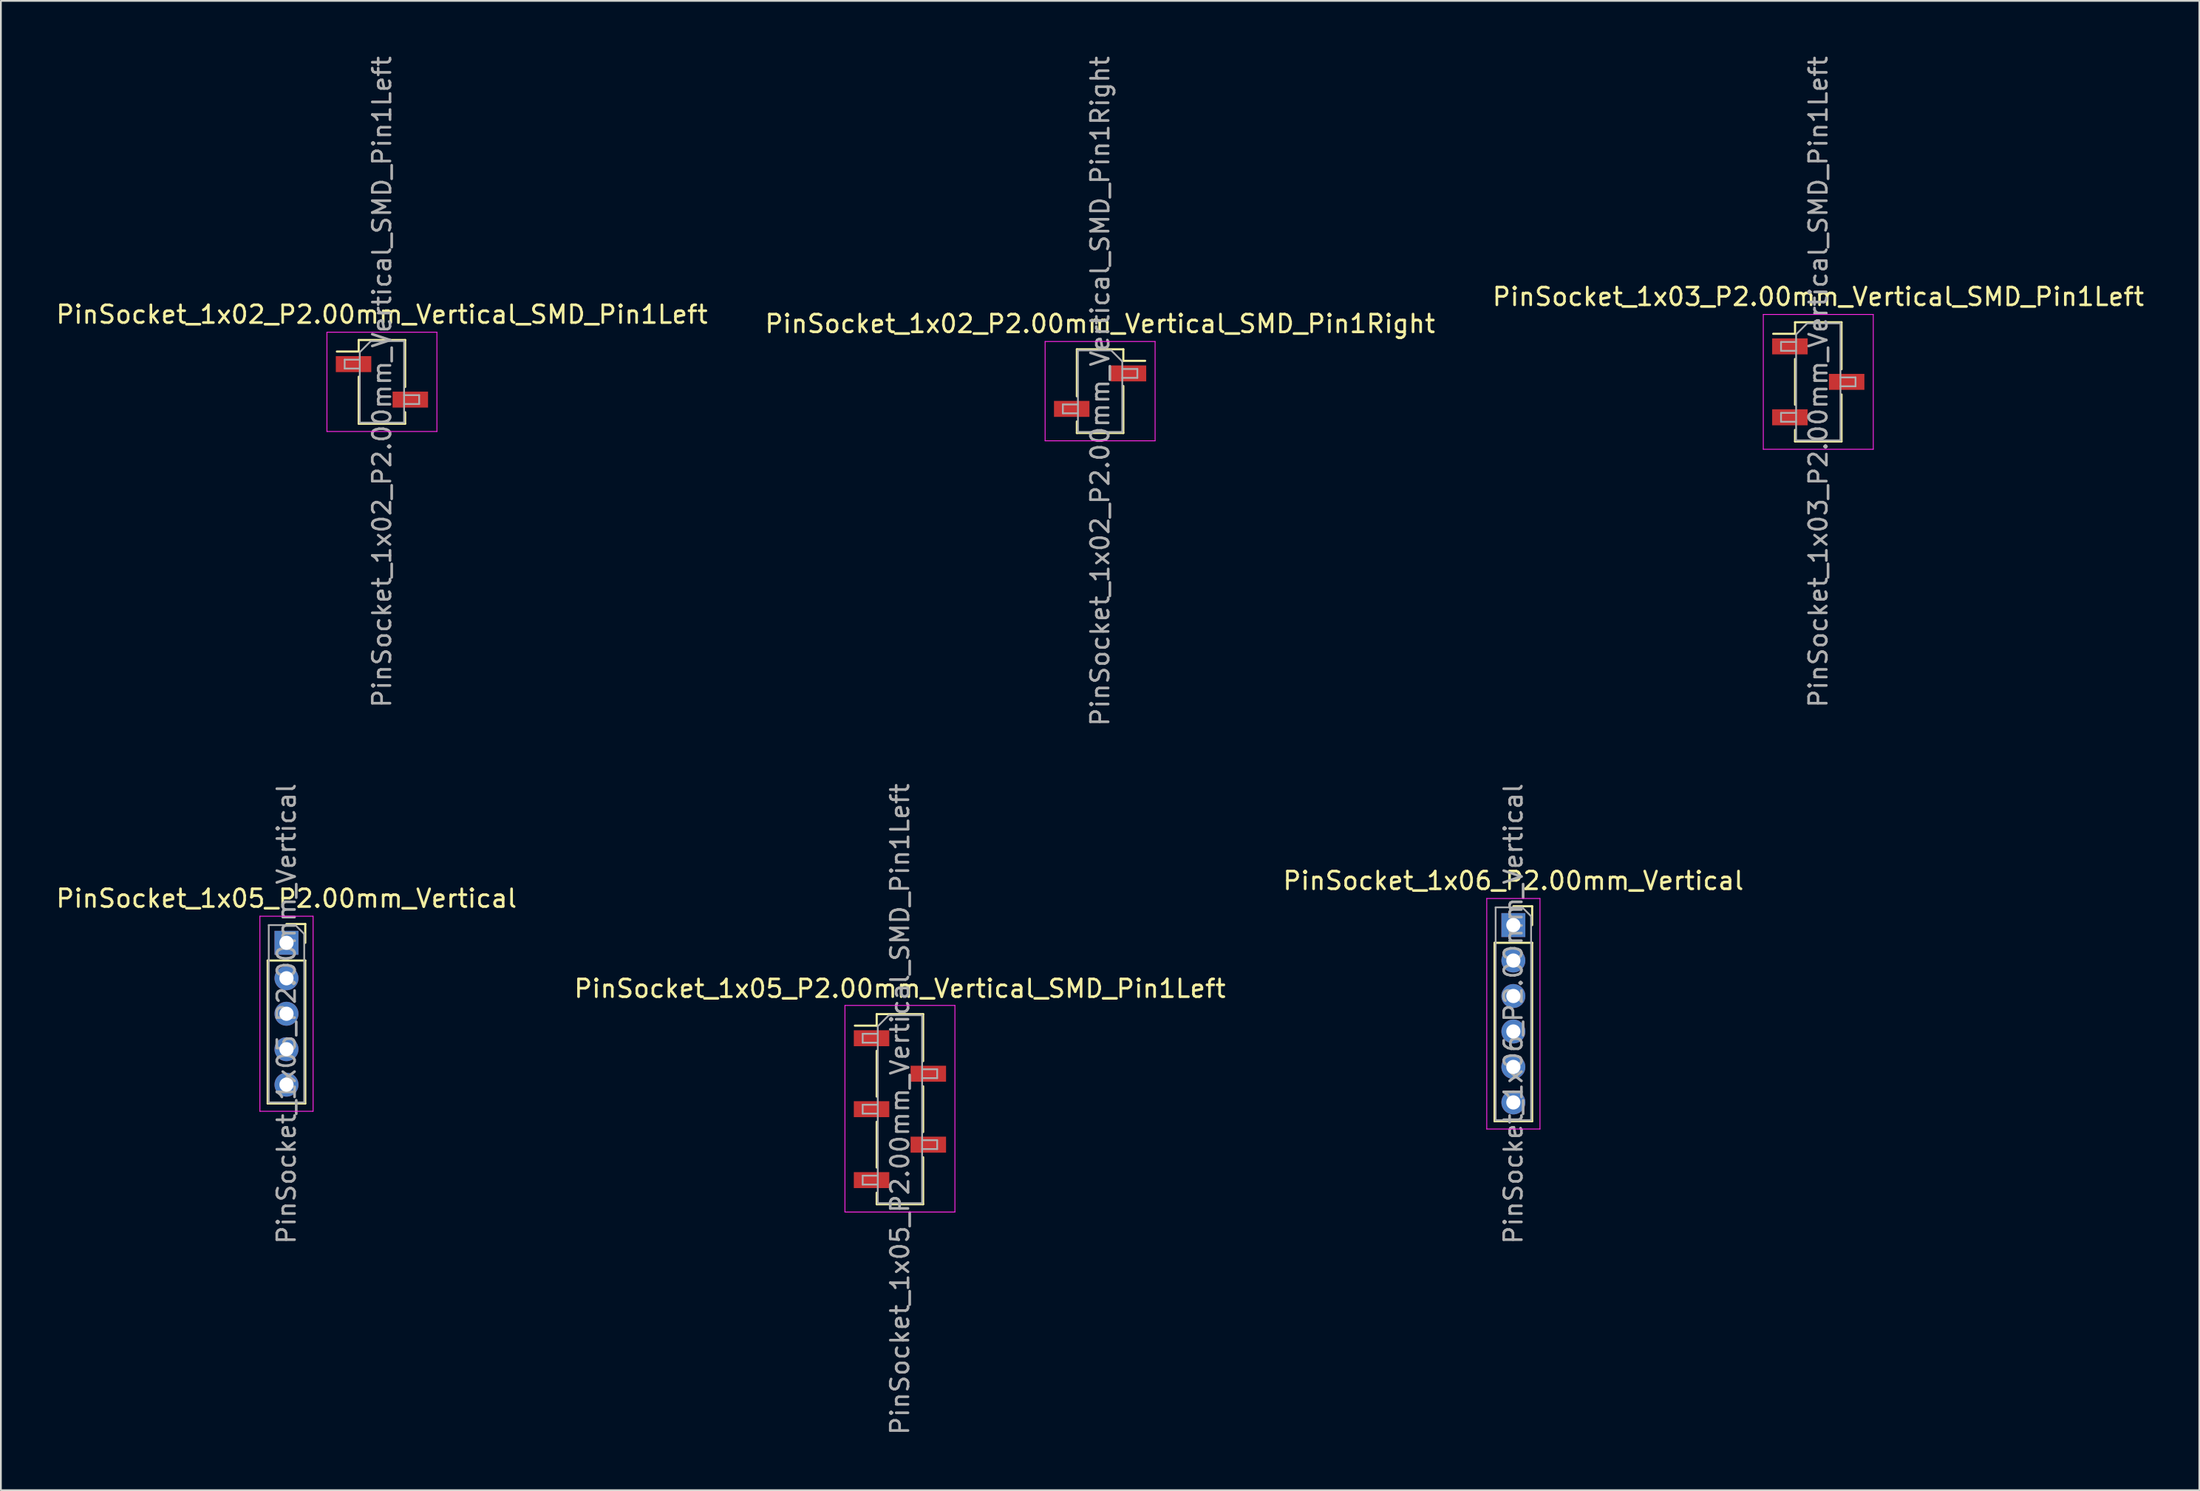
<source format=kicad_pcb>
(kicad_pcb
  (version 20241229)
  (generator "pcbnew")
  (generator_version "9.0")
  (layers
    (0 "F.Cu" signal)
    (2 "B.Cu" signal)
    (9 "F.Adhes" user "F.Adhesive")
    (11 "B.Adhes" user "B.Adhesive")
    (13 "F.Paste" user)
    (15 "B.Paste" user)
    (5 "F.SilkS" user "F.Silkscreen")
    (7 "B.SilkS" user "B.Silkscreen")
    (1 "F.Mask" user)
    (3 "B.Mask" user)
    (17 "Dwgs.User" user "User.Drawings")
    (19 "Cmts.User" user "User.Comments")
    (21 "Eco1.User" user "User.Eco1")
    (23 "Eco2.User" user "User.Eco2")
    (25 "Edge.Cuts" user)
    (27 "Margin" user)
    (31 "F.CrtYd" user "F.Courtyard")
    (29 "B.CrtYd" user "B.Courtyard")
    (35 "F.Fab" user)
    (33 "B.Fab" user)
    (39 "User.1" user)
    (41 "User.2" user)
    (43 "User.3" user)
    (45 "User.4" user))
  (footprint "PinSocket_1x05_P2.00mm_Vertical"
    (layer "F.Cu")
    (at 13.101 50.113)
    (property "Reference" "PinSocket_1x05_P2.00mm_Vertical" (at 0 -2.5 0) (layer "F.SilkS") (effects (font (size 1 1) (thickness 0.15))))
    (attr through_hole)
    (fp_line (start -1.06 1) (end -1.06 9.06) (stroke (width 0.12) (type solid)) (layer "F.SilkS"))
    (fp_line (start -1.06 1) (end 1.06 1) (stroke (width 0.12) (type solid)) (layer "F.SilkS"))
    (fp_line (start -1.06 9.06) (end 1.06 9.06) (stroke (width 0.12) (type solid)) (layer "F.SilkS"))
    (fp_line (start 0 -1.06) (end 1.06 -1.06) (stroke (width 0.12) (type solid)) (layer "F.SilkS"))
    (fp_line (start 1.06 -1.06) (end 1.06 0) (stroke (width 0.12) (type solid)) (layer "F.SilkS"))
    (fp_line (start 1.06 1) (end 1.06 9.06) (stroke (width 0.12) (type solid)) (layer "F.SilkS"))
    (fp_line (start -1.5 -1.5) (end 1.5 -1.5) (stroke (width 0.05) (type solid)) (layer "F.CrtYd"))
    (fp_line (start -1.5 9.5) (end -1.5 -1.5) (stroke (width 0.05) (type solid)) (layer "F.CrtYd"))
    (fp_line (start 1.5 -1.5) (end 1.5 9.5) (stroke (width 0.05) (type solid)) (layer "F.CrtYd"))
    (fp_line (start 1.5 9.5) (end -1.5 9.5) (stroke (width 0.05) (type solid)) (layer "F.CrtYd"))
    (fp_line (start -1 -1) (end 0.5 -1) (stroke (width 0.1) (type solid)) (layer "F.Fab"))
    (fp_line (start -1 9) (end -1 -1) (stroke (width 0.1) (type solid)) (layer "F.Fab"))
    (fp_line (start 0.5 -1) (end 1 -0.5) (stroke (width 0.1) (type solid)) (layer "F.Fab"))
    (fp_line (start 1 -0.5) (end 1 9) (stroke (width 0.1) (type solid)) (layer "F.Fab"))
    (fp_line (start 1 9) (end -1 9) (stroke (width 0.1) (type solid)) (layer "F.Fab"))
    (fp_text user "${REFERENCE}" (at 0 4 90) (layer "F.Fab") (effects (font (size 1 1) (thickness 0.15))))
    (pad "1" thru_hole rect (at 0 0) (size 1.35 1.35) (drill 0.8) (layers "*.Cu" "*.Mask"))
    (pad "2" thru_hole oval (at 0 2) (size 1.35 1.35) (drill 0.8) (layers "*.Cu" "*.Mask"))
    (pad "3" thru_hole oval (at 0 4) (size 1.35 1.35) (drill 0.8) (layers "*.Cu" "*.Mask"))
    (pad "4" thru_hole oval (at 0 6) (size 1.35 1.35) (drill 0.8) (layers "*.Cu" "*.Mask"))
    (pad "5" thru_hole oval (at 0 8) (size 1.35 1.35) (drill 0.8) (layers "*.Cu" "*.Mask")))
  (footprint "PinSocket_1x02_P2.00mm_Vertical_SMD_Pin1Right"
    (layer "F.Cu")
    (at 58.97 19.006)
    (property "Reference" "PinSocket_1x02_P2.00mm_Vertical_SMD_Pin1Right" (at 0 -3.8 0) (layer "F.SilkS") (effects (font (size 1 1) (thickness 0.15))))
    (attr smd)
    (fp_line (start -1.31 -2.36) (end -1.31 0.29) (stroke (width 0.12) (type solid)) (layer "F.SilkS"))
    (fp_line (start -1.31 -2.36) (end 1.31 -2.36) (stroke (width 0.12) (type solid)) (layer "F.SilkS"))
    (fp_line (start -1.31 1.71) (end -1.31 2.36) (stroke (width 0.12) (type solid)) (layer "F.SilkS"))
    (fp_line (start -1.31 2.36) (end 1.31 2.36) (stroke (width 0.12) (type solid)) (layer "F.SilkS"))
    (fp_line (start 1.31 -2.36) (end 1.31 -1.71) (stroke (width 0.12) (type solid)) (layer "F.SilkS"))
    (fp_line (start 1.31 -1.71) (end 2.54 -1.71) (stroke (width 0.12) (type solid)) (layer "F.SilkS"))
    (fp_line (start 1.31 -0.29) (end 1.31 2.36) (stroke (width 0.12) (type solid)) (layer "F.SilkS"))
    (fp_line (start -3.1 -2.8) (end 3.1 -2.8) (stroke (width 0.05) (type solid)) (layer "F.CrtYd"))
    (fp_line (start -3.1 2.8) (end -3.1 -2.8) (stroke (width 0.05) (type solid)) (layer "F.CrtYd"))
    (fp_line (start 3.1 -2.8) (end 3.1 2.8) (stroke (width 0.05) (type solid)) (layer "F.CrtYd"))
    (fp_line (start 3.1 2.8) (end -3.1 2.8) (stroke (width 0.05) (type solid)) (layer "F.CrtYd"))
    (fp_line (start -2.1 0.75) (end -1.25 0.75) (stroke (width 0.1) (type solid)) (layer "F.Fab"))
    (fp_line (start -2.1 1.25) (end -2.1 0.75) (stroke (width 0.1) (type solid)) (layer "F.Fab"))
    (fp_line (start -1.25 -2.3) (end 0.625 -2.3) (stroke (width 0.1) (type solid)) (layer "F.Fab"))
    (fp_line (start -1.25 1.25) (end -2.1 1.25) (stroke (width 0.1) (type solid)) (layer "F.Fab"))
    (fp_line (start -1.25 2.3) (end -1.25 -2.3) (stroke (width 0.1) (type solid)) (layer "F.Fab"))
    (fp_line (start 0.625 -2.3) (end 1.25 -1.675) (stroke (width 0.1) (type solid)) (layer "F.Fab"))
    (fp_line (start 1.25 -1.675) (end 1.25 2.3) (stroke (width 0.1) (type solid)) (layer "F.Fab"))
    (fp_line (start 1.25 -1.25) (end 2.1 -1.25) (stroke (width 0.1) (type solid)) (layer "F.Fab"))
    (fp_line (start 1.25 2.3) (end -1.25 2.3) (stroke (width 0.1) (type solid)) (layer "F.Fab"))
    (fp_line (start 2.1 -1.25) (end 2.1 -0.75) (stroke (width 0.1) (type solid)) (layer "F.Fab"))
    (fp_line (start 2.1 -0.75) (end 1.25 -0.75) (stroke (width 0.1) (type solid)) (layer "F.Fab"))
    (fp_text user "${REFERENCE}" (at 0 0 90) (layer "F.Fab") (effects (font (size 1 1) (thickness 0.15))))
    (pad "1" smd rect (at 1.6 -1) (size 2 0.9) (layers "F.Cu" "F.Mask" "F.Paste"))
    (pad "2" smd rect (at -1.6 1) (size 2 0.9) (layers "F.Cu" "F.Mask" "F.Paste")))
  (footprint "PinSocket_1x06_P2.00mm_Vertical"
    (layer "F.Cu")
    (at 82.268 49.113)
    (property "Reference" "PinSocket_1x06_P2.00mm_Vertical" (at 0 -2.5 0) (layer "F.SilkS") (effects (font (size 1 1) (thickness 0.15))))
    (attr through_hole)
    (fp_line (start -1.06 1) (end -1.06 11.06) (stroke (width 0.12) (type solid)) (layer "F.SilkS"))
    (fp_line (start -1.06 1) (end 1.06 1) (stroke (width 0.12) (type solid)) (layer "F.SilkS"))
    (fp_line (start -1.06 11.06) (end 1.06 11.06) (stroke (width 0.12) (type solid)) (layer "F.SilkS"))
    (fp_line (start 0 -1.06) (end 1.06 -1.06) (stroke (width 0.12) (type solid)) (layer "F.SilkS"))
    (fp_line (start 1.06 -1.06) (end 1.06 0) (stroke (width 0.12) (type solid)) (layer "F.SilkS"))
    (fp_line (start 1.06 1) (end 1.06 11.06) (stroke (width 0.12) (type solid)) (layer "F.SilkS"))
    (fp_line (start -1.5 -1.5) (end 1.5 -1.5) (stroke (width 0.05) (type solid)) (layer "F.CrtYd"))
    (fp_line (start -1.5 11.5) (end -1.5 -1.5) (stroke (width 0.05) (type solid)) (layer "F.CrtYd"))
    (fp_line (start 1.5 -1.5) (end 1.5 11.5) (stroke (width 0.05) (type solid)) (layer "F.CrtYd"))
    (fp_line (start 1.5 11.5) (end -1.5 11.5) (stroke (width 0.05) (type solid)) (layer "F.CrtYd"))
    (fp_line (start -1 -1) (end 0.5 -1) (stroke (width 0.1) (type solid)) (layer "F.Fab"))
    (fp_line (start -1 11) (end -1 -1) (stroke (width 0.1) (type solid)) (layer "F.Fab"))
    (fp_line (start 0.5 -1) (end 1 -0.5) (stroke (width 0.1) (type solid)) (layer "F.Fab"))
    (fp_line (start 1 -0.5) (end 1 11) (stroke (width 0.1) (type solid)) (layer "F.Fab"))
    (fp_line (start 1 11) (end -1 11) (stroke (width 0.1) (type solid)) (layer "F.Fab"))
    (fp_text user "${REFERENCE}" (at 0 5 90) (layer "F.Fab") (effects (font (size 1 1) (thickness 0.15))))
    (pad "1" thru_hole rect (at 0 0) (size 1.35 1.35) (drill 0.8) (layers "*.Cu" "*.Mask"))
    (pad "2" thru_hole oval (at 0 2) (size 1.35 1.35) (drill 0.8) (layers "*.Cu" "*.Mask"))
    (pad "3" thru_hole oval (at 0 4) (size 1.35 1.35) (drill 0.8) (layers "*.Cu" "*.Mask"))
    (pad "4" thru_hole oval (at 0 6) (size 1.35 1.35) (drill 0.8) (layers "*.Cu" "*.Mask"))
    (pad "5" thru_hole oval (at 0 8) (size 1.35 1.35) (drill 0.8) (layers "*.Cu" "*.Mask"))
    (pad "6" thru_hole oval (at 0 10) (size 1.35 1.35) (drill 0.8) (layers "*.Cu" "*.Mask")))
  (footprint "PinSocket_1x02_P2.00mm_Vertical_SMD_Pin1Left"
    (layer "F.Cu")
    (at 18.482 18.482)
    (property "Reference" "PinSocket_1x02_P2.00mm_Vertical_SMD_Pin1Left" (at 0 -3.8 0) (layer "F.SilkS") (effects (font (size 1 1) (thickness 0.15))))
    (attr smd)
    (fp_line (start -2.54 -1.71) (end -1.31 -1.71) (stroke (width 0.12) (type solid)) (layer "F.SilkS"))
    (fp_line (start -1.31 -2.36) (end -1.31 -1.71) (stroke (width 0.12) (type solid)) (layer "F.SilkS"))
    (fp_line (start -1.31 -2.36) (end 1.31 -2.36) (stroke (width 0.12) (type solid)) (layer "F.SilkS"))
    (fp_line (start -1.31 -0.29) (end -1.31 2.36) (stroke (width 0.12) (type solid)) (layer "F.SilkS"))
    (fp_line (start -1.31 2.36) (end 1.31 2.36) (stroke (width 0.12) (type solid)) (layer "F.SilkS"))
    (fp_line (start 1.31 -2.36) (end 1.31 0.29) (stroke (width 0.12) (type solid)) (layer "F.SilkS"))
    (fp_line (start 1.31 1.71) (end 1.31 2.36) (stroke (width 0.12) (type solid)) (layer "F.SilkS"))
    (fp_line (start -3.1 -2.8) (end 3.1 -2.8) (stroke (width 0.05) (type solid)) (layer "F.CrtYd"))
    (fp_line (start -3.1 2.8) (end -3.1 -2.8) (stroke (width 0.05) (type solid)) (layer "F.CrtYd"))
    (fp_line (start 3.1 -2.8) (end 3.1 2.8) (stroke (width 0.05) (type solid)) (layer "F.CrtYd"))
    (fp_line (start 3.1 2.8) (end -3.1 2.8) (stroke (width 0.05) (type solid)) (layer "F.CrtYd"))
    (fp_line (start -2.1 -1.25) (end -1.25 -1.25) (stroke (width 0.1) (type solid)) (layer "F.Fab"))
    (fp_line (start -2.1 -0.75) (end -2.1 -1.25) (stroke (width 0.1) (type solid)) (layer "F.Fab"))
    (fp_line (start -1.25 -1.675) (end -0.625 -2.3) (stroke (width 0.1) (type solid)) (layer "F.Fab"))
    (fp_line (start -1.25 -0.75) (end -2.1 -0.75) (stroke (width 0.1) (type solid)) (layer "F.Fab"))
    (fp_line (start -1.25 2.3) (end -1.25 -1.675) (stroke (width 0.1) (type solid)) (layer "F.Fab"))
    (fp_line (start -0.625 -2.3) (end 1.25 -2.3) (stroke (width 0.1) (type solid)) (layer "F.Fab"))
    (fp_line (start 1.25 -2.3) (end 1.25 2.3) (stroke (width 0.1) (type solid)) (layer "F.Fab"))
    (fp_line (start 1.25 0.75) (end 2.1 0.75) (stroke (width 0.1) (type solid)) (layer "F.Fab"))
    (fp_line (start 1.25 2.3) (end -1.25 2.3) (stroke (width 0.1) (type solid)) (layer "F.Fab"))
    (fp_line (start 2.1 0.75) (end 2.1 1.25) (stroke (width 0.1) (type solid)) (layer "F.Fab"))
    (fp_line (start 2.1 1.25) (end 1.25 1.25) (stroke (width 0.1) (type solid)) (layer "F.Fab"))
    (fp_text user "${REFERENCE}" (at 0 0 90) (layer "F.Fab") (effects (font (size 1 1) (thickness 0.15))))
    (pad "1" smd rect (at -1.6 -1) (size 2 0.9) (layers "F.Cu" "F.Mask" "F.Paste"))
    (pad "2" smd rect (at 1.6 1) (size 2 0.9) (layers "F.Cu" "F.Mask" "F.Paste")))
  (footprint "PinSocket_1x05_P2.00mm_Vertical_SMD_Pin1Left"
    (layer "F.Cu")
    (at 47.685 59.494)
    (property "Reference" "PinSocket_1x05_P2.00mm_Vertical_SMD_Pin1Left" (at 0 -6.8 0) (layer "F.SilkS") (effects (font (size 1 1) (thickness 0.15))))
    (attr smd)
    (fp_line (start -2.54 -4.71) (end -1.31 -4.71) (stroke (width 0.12) (type solid)) (layer "F.SilkS"))
    (fp_line (start -1.31 -5.36) (end -1.31 -4.71) (stroke (width 0.12) (type solid)) (layer "F.SilkS"))
    (fp_line (start -1.31 -5.36) (end 1.31 -5.36) (stroke (width 0.12) (type solid)) (layer "F.SilkS"))
    (fp_line (start -1.31 -3.29) (end -1.31 -0.71) (stroke (width 0.12) (type solid)) (layer "F.SilkS"))
    (fp_line (start -1.31 0.71) (end -1.31 3.29) (stroke (width 0.12) (type solid)) (layer "F.SilkS"))
    (fp_line (start -1.31 4.71) (end -1.31 5.36) (stroke (width 0.12) (type solid)) (layer "F.SilkS"))
    (fp_line (start -1.31 5.36) (end 1.31 5.36) (stroke (width 0.12) (type solid)) (layer "F.SilkS"))
    (fp_line (start 1.31 -5.36) (end 1.31 -2.71) (stroke (width 0.12) (type solid)) (layer "F.SilkS"))
    (fp_line (start 1.31 -1.29) (end 1.31 1.29) (stroke (width 0.12) (type solid)) (layer "F.SilkS"))
    (fp_line (start 1.31 2.71) (end 1.31 5.36) (stroke (width 0.12) (type solid)) (layer "F.SilkS"))
    (fp_line (start -3.1 -5.85) (end 3.1 -5.85) (stroke (width 0.05) (type solid)) (layer "F.CrtYd"))
    (fp_line (start -3.1 5.8) (end -3.1 -5.85) (stroke (width 0.05) (type solid)) (layer "F.CrtYd"))
    (fp_line (start 3.1 -5.85) (end 3.1 5.8) (stroke (width 0.05) (type solid)) (layer "F.CrtYd"))
    (fp_line (start 3.1 5.8) (end -3.1 5.8) (stroke (width 0.05) (type solid)) (layer "F.CrtYd"))
    (fp_line (start -2.1 -4.25) (end -1.25 -4.25) (stroke (width 0.1) (type solid)) (layer "F.Fab"))
    (fp_line (start -2.1 -3.75) (end -2.1 -4.25) (stroke (width 0.1) (type solid)) (layer "F.Fab"))
    (fp_line (start -2.1 -0.25) (end -1.25 -0.25) (stroke (width 0.1) (type solid)) (layer "F.Fab"))
    (fp_line (start -2.1 0.25) (end -2.1 -0.25) (stroke (width 0.1) (type solid)) (layer "F.Fab"))
    (fp_line (start -2.1 3.75) (end -1.25 3.75) (stroke (width 0.1) (type solid)) (layer "F.Fab"))
    (fp_line (start -2.1 4.25) (end -2.1 3.75) (stroke (width 0.1) (type solid)) (layer "F.Fab"))
    (fp_line (start -1.25 -4.675) (end -0.625 -5.3) (stroke (width 0.1) (type solid)) (layer "F.Fab"))
    (fp_line (start -1.25 -3.75) (end -2.1 -3.75) (stroke (width 0.1) (type solid)) (layer "F.Fab"))
    (fp_line (start -1.25 0.25) (end -2.1 0.25) (stroke (width 0.1) (type solid)) (layer "F.Fab"))
    (fp_line (start -1.25 4.25) (end -2.1 4.25) (stroke (width 0.1) (type solid)) (layer "F.Fab"))
    (fp_line (start -1.25 5.3) (end -1.25 -4.675) (stroke (width 0.1) (type solid)) (layer "F.Fab"))
    (fp_line (start -0.625 -5.3) (end 1.25 -5.3) (stroke (width 0.1) (type solid)) (layer "F.Fab"))
    (fp_line (start 1.25 -5.3) (end 1.25 5.3) (stroke (width 0.1) (type solid)) (layer "F.Fab"))
    (fp_line (start 1.25 -2.25) (end 2.1 -2.25) (stroke (width 0.1) (type solid)) (layer "F.Fab"))
    (fp_line (start 1.25 1.75) (end 2.1 1.75) (stroke (width 0.1) (type solid)) (layer "F.Fab"))
    (fp_line (start 1.25 5.3) (end -1.25 5.3) (stroke (width 0.1) (type solid)) (layer "F.Fab"))
    (fp_line (start 2.1 -2.25) (end 2.1 -1.75) (stroke (width 0.1) (type solid)) (layer "F.Fab"))
    (fp_line (start 2.1 -1.75) (end 1.25 -1.75) (stroke (width 0.1) (type solid)) (layer "F.Fab"))
    (fp_line (start 2.1 1.75) (end 2.1 2.25) (stroke (width 0.1) (type solid)) (layer "F.Fab"))
    (fp_line (start 2.1 2.25) (end 1.25 2.25) (stroke (width 0.1) (type solid)) (layer "F.Fab"))
    (fp_text user "${REFERENCE}" (at 0 0 90) (layer "F.Fab") (effects (font (size 1 1) (thickness 0.15))))
    (pad "1" smd rect (at -1.6 -4) (size 2 0.9) (layers "F.Cu" "F.Mask" "F.Paste"))
    (pad "2" smd rect (at 1.6 -2) (size 2 0.9) (layers "F.Cu" "F.Mask" "F.Paste"))
    (pad "3" smd rect (at -1.6 0) (size 2 0.9) (layers "F.Cu" "F.Mask" "F.Paste"))
    (pad "4" smd rect (at 1.6 2) (size 2 0.9) (layers "F.Cu" "F.Mask" "F.Paste"))
    (pad "5" smd rect (at -1.6 4) (size 2 0.9) (layers "F.Cu" "F.Mask" "F.Paste")))
  (footprint "PinSocket_1x03_P2.00mm_Vertical_SMD_Pin1Left"
    (layer "F.Cu")
    (at 99.458 18.482)
    (property "Reference" "PinSocket_1x03_P2.00mm_Vertical_SMD_Pin1Left" (at 0 -4.8 0) (layer "F.SilkS") (effects (font (size 1 1) (thickness 0.15))))
    (attr smd)
    (fp_line (start -2.54 -2.71) (end -1.31 -2.71) (stroke (width 0.12) (type solid)) (layer "F.SilkS"))
    (fp_line (start -1.31 -3.36) (end -1.31 -2.71) (stroke (width 0.12) (type solid)) (layer "F.SilkS"))
    (fp_line (start -1.31 -3.36) (end 1.31 -3.36) (stroke (width 0.12) (type solid)) (layer "F.SilkS"))
    (fp_line (start -1.31 -1.29) (end -1.31 1.29) (stroke (width 0.12) (type solid)) (layer "F.SilkS"))
    (fp_line (start -1.31 2.71) (end -1.31 3.36) (stroke (width 0.12) (type solid)) (layer "F.SilkS"))
    (fp_line (start -1.31 3.36) (end 1.31 3.36) (stroke (width 0.12) (type solid)) (layer "F.SilkS"))
    (fp_line (start 1.31 -3.36) (end 1.31 -0.71) (stroke (width 0.12) (type solid)) (layer "F.SilkS"))
    (fp_line (start 1.31 0.71) (end 1.31 3.36) (stroke (width 0.12) (type solid)) (layer "F.SilkS"))
    (fp_line (start -3.1 -3.8) (end 3.1 -3.8) (stroke (width 0.05) (type solid)) (layer "F.CrtYd"))
    (fp_line (start -3.1 3.8) (end -3.1 -3.8) (stroke (width 0.05) (type solid)) (layer "F.CrtYd"))
    (fp_line (start 3.1 -3.8) (end 3.1 3.8) (stroke (width 0.05) (type solid)) (layer "F.CrtYd"))
    (fp_line (start 3.1 3.8) (end -3.1 3.8) (stroke (width 0.05) (type solid)) (layer "F.CrtYd"))
    (fp_line (start -2.1 -2.25) (end -1.25 -2.25) (stroke (width 0.1) (type solid)) (layer "F.Fab"))
    (fp_line (start -2.1 -1.75) (end -2.1 -2.25) (stroke (width 0.1) (type solid)) (layer "F.Fab"))
    (fp_line (start -2.1 1.75) (end -1.25 1.75) (stroke (width 0.1) (type solid)) (layer "F.Fab"))
    (fp_line (start -2.1 2.25) (end -2.1 1.75) (stroke (width 0.1) (type solid)) (layer "F.Fab"))
    (fp_line (start -1.25 -2.675) (end -0.625 -3.3) (stroke (width 0.1) (type solid)) (layer "F.Fab"))
    (fp_line (start -1.25 -1.75) (end -2.1 -1.75) (stroke (width 0.1) (type solid)) (layer "F.Fab"))
    (fp_line (start -1.25 2.25) (end -2.1 2.25) (stroke (width 0.1) (type solid)) (layer "F.Fab"))
    (fp_line (start -1.25 3.3) (end -1.25 -2.675) (stroke (width 0.1) (type solid)) (layer "F.Fab"))
    (fp_line (start -0.625 -3.3) (end 1.25 -3.3) (stroke (width 0.1) (type solid)) (layer "F.Fab"))
    (fp_line (start 1.25 -3.3) (end 1.25 3.3) (stroke (width 0.1) (type solid)) (layer "F.Fab"))
    (fp_line (start 1.25 -0.25) (end 2.1 -0.25) (stroke (width 0.1) (type solid)) (layer "F.Fab"))
    (fp_line (start 1.25 3.3) (end -1.25 3.3) (stroke (width 0.1) (type solid)) (layer "F.Fab"))
    (fp_line (start 2.1 -0.25) (end 2.1 0.25) (stroke (width 0.1) (type solid)) (layer "F.Fab"))
    (fp_line (start 2.1 0.25) (end 1.25 0.25) (stroke (width 0.1) (type solid)) (layer "F.Fab"))
    (fp_text user "${REFERENCE}" (at 0 0 90) (layer "F.Fab") (effects (font (size 1 1) (thickness 0.15))))
    (pad "1" smd rect (at -1.6 -2) (size 2 0.9) (layers "F.Cu" "F.Mask" "F.Paste"))
    (pad "2" smd rect (at 1.6 0) (size 2 0.9) (layers "F.Cu" "F.Mask" "F.Paste"))
    (pad "3" smd rect (at -1.6 2) (size 2 0.9) (layers "F.Cu" "F.Mask" "F.Paste")))
  (gr_rect
    (start -3 -3)
    (end 120.94 80.976)
    (stroke (width 0.1) (type default))
    (fill no)
    (layer "Edge.Cuts")))
</source>
